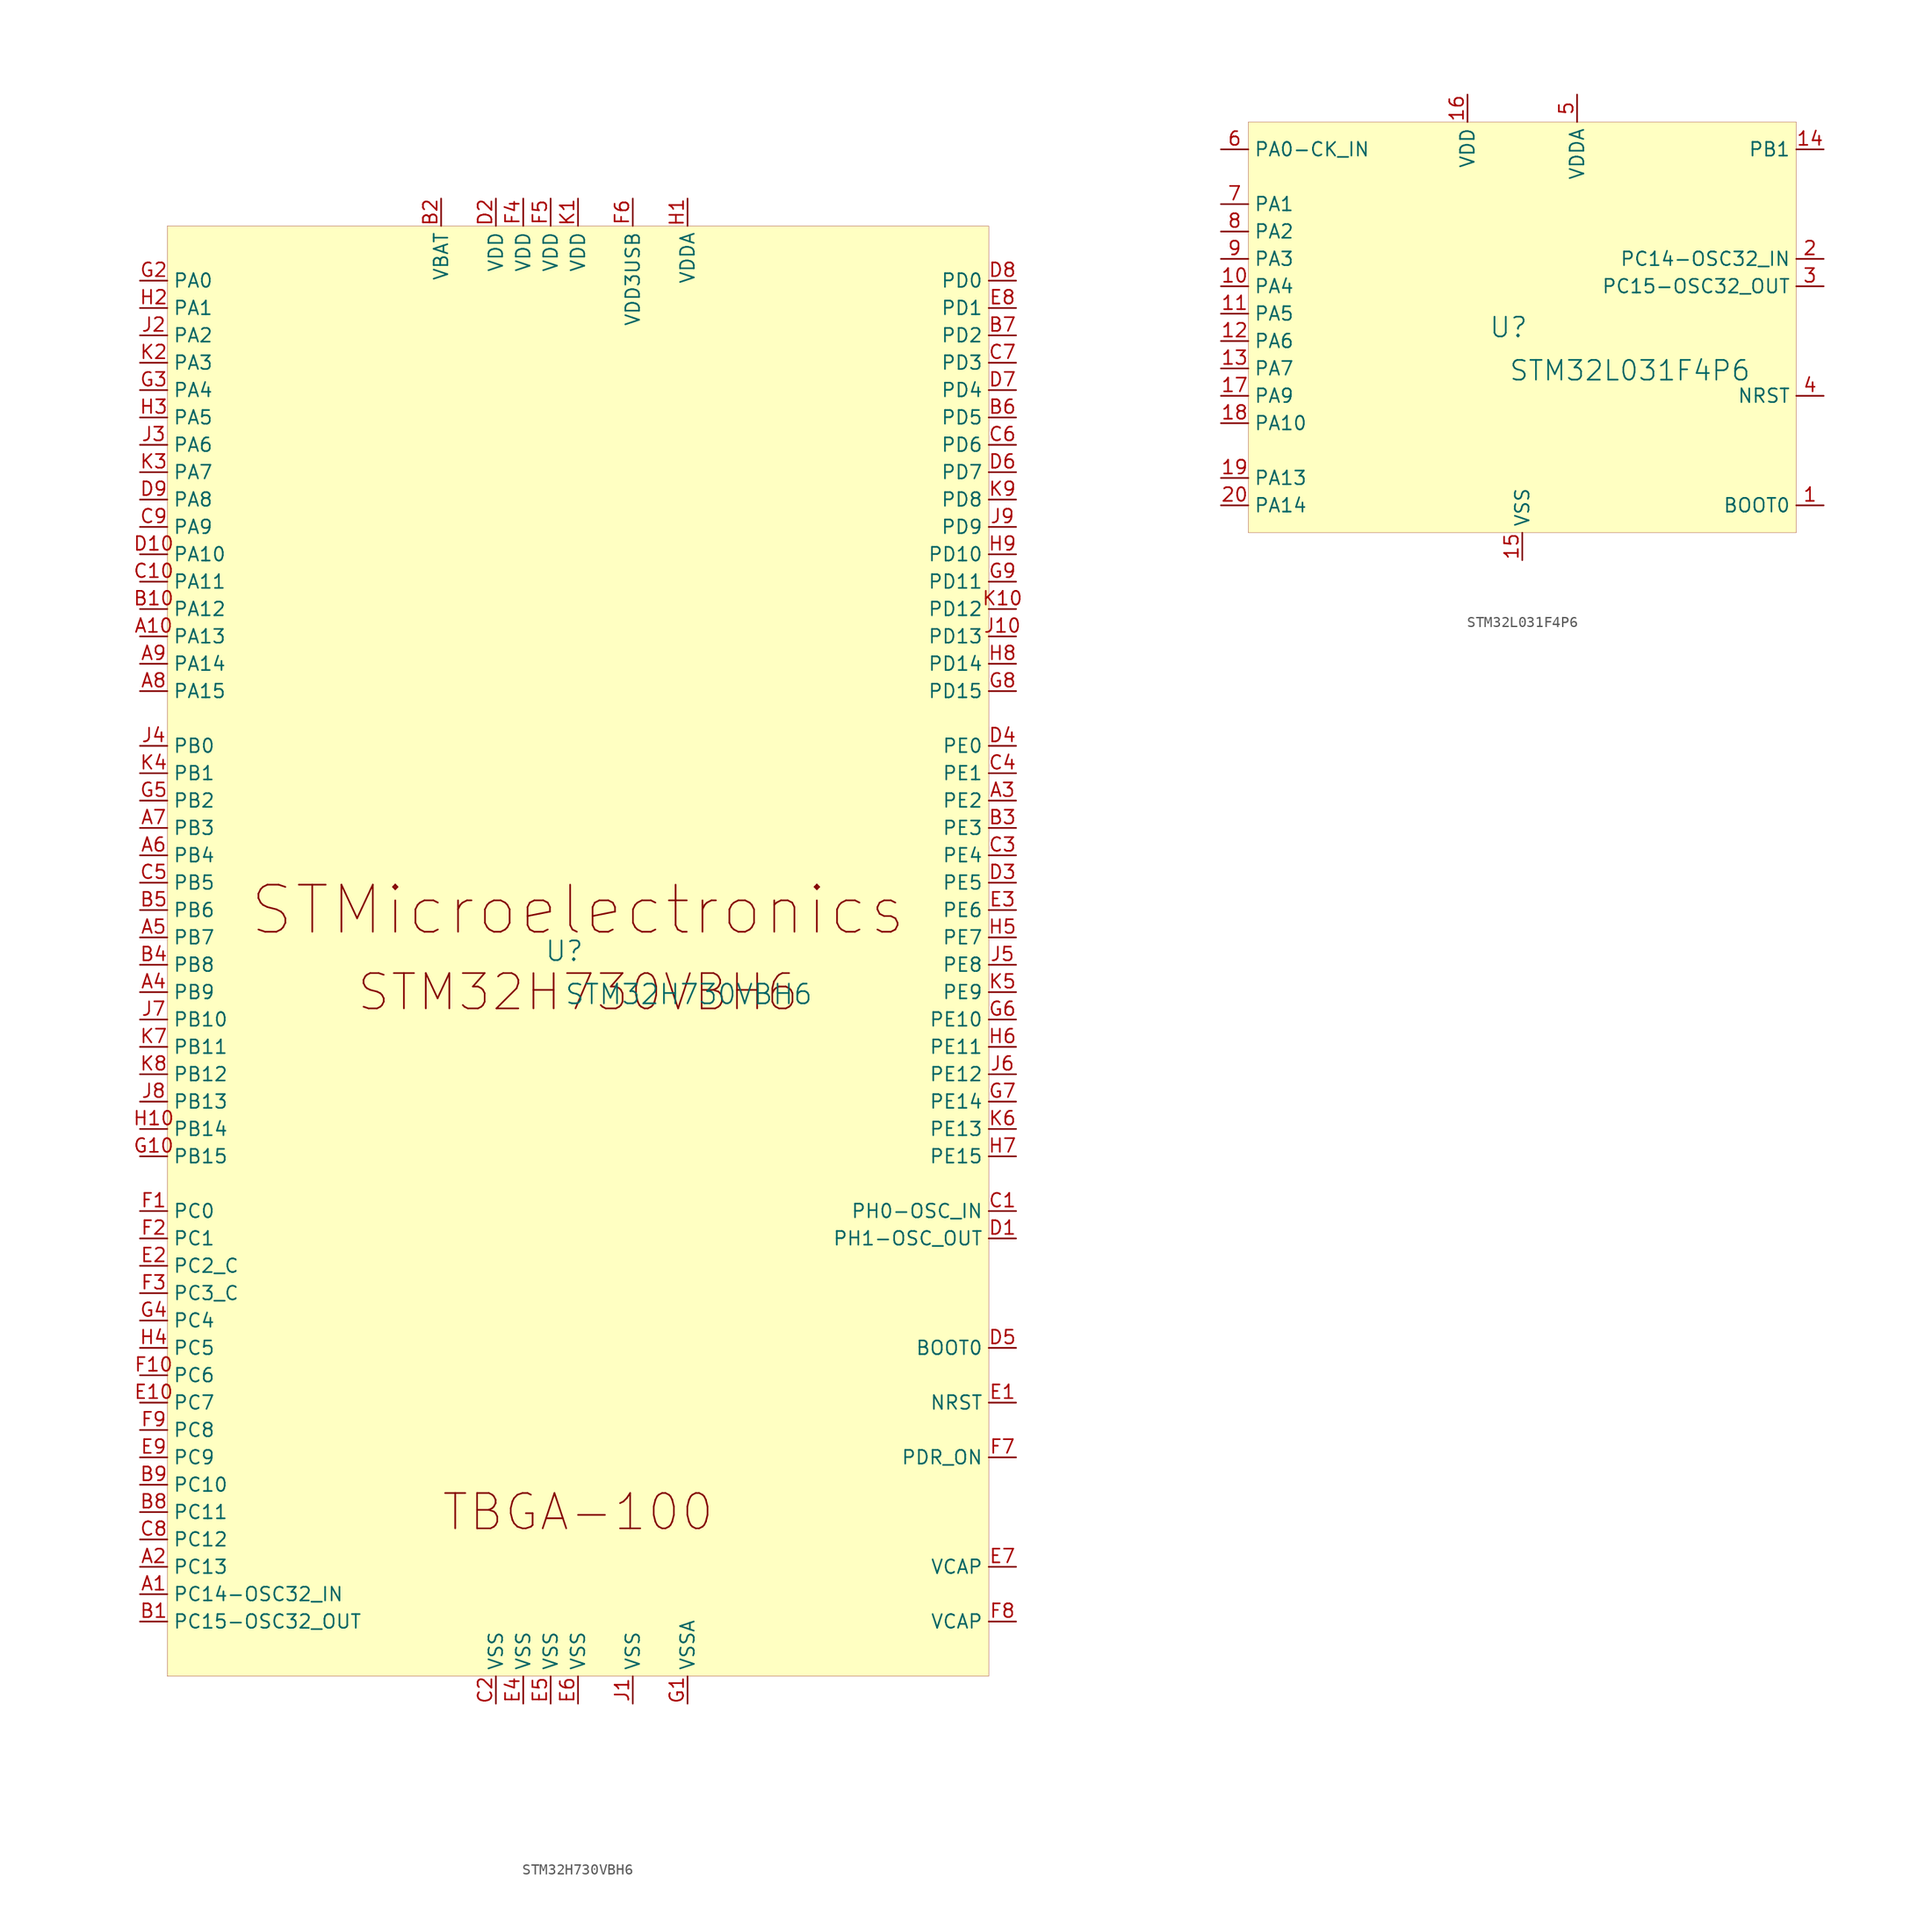
<source format=kicad_sym>
(kicad_symbol_lib
  (version 20231120)
  (generator "kicad_symbol_editor")
  (generator_version "8.0")
  (symbol "STM32H730VBH6"
    (property "Reference" "U"
      (at -1.27 1.27 0)
      (effects (font (size 1.829 1.829))))
    (property "Value" "STM32H730VBH6"
      (at -1.27 -3.81 0)
      (effects (font (size 1.829 1.829)) (justify left bottom)))
    (symbol "STM32H730VBH6_1_0"
      (rectangle (start 38.1 68.58) (end -38.1 -66.04) (stroke (width 0.025) (type solid) (color 128 0 0 1)) (fill (type background)))
      (text "STM32H730VBH6" (at 0 -2.54 0) (effects (font (size 3.277 3.277))))
      (text "STMicroelectronics" (at 0 5.08 0) (effects (font (size 4.369 4.369))))
      (text "TBGA-100" (at 0 -50.8 0) (effects (font (size 3.277 3.277))))
      (pin bidirectional line (at -40.64 -58.42 0) (length 2.54) (name "PC14-OSC32_IN" (effects (font (size 1.27 1.27)))) (number "A1" (effects (font (size 1.27 1.27)))))
      (pin bidirectional line (at -40.64 30.48 0) (length 2.54) (name "PA13" (effects (font (size 1.27 1.27)))) (number "A10" (effects (font (size 1.27 1.27)))))
      (pin bidirectional line (at -40.64 -55.88 0) (length 2.54) (name "PC13" (effects (font (size 1.27 1.27)))) (number "A2" (effects (font (size 1.27 1.27)))))
      (pin bidirectional line (at 40.64 15.24 180) (length 2.54) (name "PE2" (effects (font (size 1.27 1.27)))) (number "A3" (effects (font (size 1.27 1.27)))))
      (pin bidirectional line (at -40.64 -2.54 0) (length 2.54) (name "PB9" (effects (font (size 1.27 1.27)))) (number "A4" (effects (font (size 1.27 1.27)))))
      (pin bidirectional line (at -40.64 2.54 0) (length 2.54) (name "PB7" (effects (font (size 1.27 1.27)))) (number "A5" (effects (font (size 1.27 1.27)))))
      (pin bidirectional line (at -40.64 10.16 0) (length 2.54) (name "PB4" (effects (font (size 1.27 1.27)))) (number "A6" (effects (font (size 1.27 1.27)))))
      (pin bidirectional line (at -40.64 12.7 0) (length 2.54) (name "PB3" (effects (font (size 1.27 1.27)))) (number "A7" (effects (font (size 1.27 1.27)))))
      (pin bidirectional line (at -40.64 25.4 0) (length 2.54) (name "PA15" (effects (font (size 1.27 1.27)))) (number "A8" (effects (font (size 1.27 1.27)))))
      (pin bidirectional line (at -40.64 27.94 0) (length 2.54) (name "PA14" (effects (font (size 1.27 1.27)))) (number "A9" (effects (font (size 1.27 1.27)))))
      (pin bidirectional line (at -40.64 -60.96 0) (length 2.54) (name "PC15-OSC32_OUT" (effects (font (size 1.27 1.27)))) (number "B1" (effects (font (size 1.27 1.27)))))
      (pin bidirectional line (at -40.64 33.02 0) (length 2.54) (name "PA12" (effects (font (size 1.27 1.27)))) (number "B10" (effects (font (size 1.27 1.27)))))
      (pin power_in line (at -12.7 71.12 270) (length 2.54) (name "VBAT" (effects (font (size 1.27 1.27)))) (number "B2" (effects (font (size 1.27 1.27)))))
      (pin bidirectional line (at 40.64 12.7 180) (length 2.54) (name "PE3" (effects (font (size 1.27 1.27)))) (number "B3" (effects (font (size 1.27 1.27)))))
      (pin bidirectional line (at -40.64 0 0) (length 2.54) (name "PB8" (effects (font (size 1.27 1.27)))) (number "B4" (effects (font (size 1.27 1.27)))))
      (pin bidirectional line (at -40.64 5.08 0) (length 2.54) (name "PB6" (effects (font (size 1.27 1.27)))) (number "B5" (effects (font (size 1.27 1.27)))))
      (pin bidirectional line (at 40.64 50.8 180) (length 2.54) (name "PD5" (effects (font (size 1.27 1.27)))) (number "B6" (effects (font (size 1.27 1.27)))))
      (pin bidirectional line (at 40.64 58.42 180) (length 2.54) (name "PD2" (effects (font (size 1.27 1.27)))) (number "B7" (effects (font (size 1.27 1.27)))))
      (pin bidirectional line (at -40.64 -50.8 0) (length 2.54) (name "PC11" (effects (font (size 1.27 1.27)))) (number "B8" (effects (font (size 1.27 1.27)))))
      (pin bidirectional line (at -40.64 -48.26 0) (length 2.54) (name "PC10" (effects (font (size 1.27 1.27)))) (number "B9" (effects (font (size 1.27 1.27)))))
      (pin bidirectional line (at 40.64 -22.86 180) (length 2.54) (name "PH0-OSC_IN" (effects (font (size 1.27 1.27)))) (number "C1" (effects (font (size 1.27 1.27)))))
      (pin bidirectional line (at -40.64 35.56 0) (length 2.54) (name "PA11" (effects (font (size 1.27 1.27)))) (number "C10" (effects (font (size 1.27 1.27)))))
      (pin power_in line (at -7.62 -68.58 90) (length 2.54) (name "VSS" (effects (font (size 1.27 1.27)))) (number "C2" (effects (font (size 1.27 1.27)))))
      (pin bidirectional line (at 40.64 10.16 180) (length 2.54) (name "PE4" (effects (font (size 1.27 1.27)))) (number "C3" (effects (font (size 1.27 1.27)))))
      (pin bidirectional line (at 40.64 17.78 180) (length 2.54) (name "PE1" (effects (font (size 1.27 1.27)))) (number "C4" (effects (font (size 1.27 1.27)))))
      (pin bidirectional line (at -40.64 7.62 0) (length 2.54) (name "PB5" (effects (font (size 1.27 1.27)))) (number "C5" (effects (font (size 1.27 1.27)))))
      (pin bidirectional line (at 40.64 48.26 180) (length 2.54) (name "PD6" (effects (font (size 1.27 1.27)))) (number "C6" (effects (font (size 1.27 1.27)))))
      (pin bidirectional line (at 40.64 55.88 180) (length 2.54) (name "PD3" (effects (font (size 1.27 1.27)))) (number "C7" (effects (font (size 1.27 1.27)))))
      (pin bidirectional line (at -40.64 -53.34 0) (length 2.54) (name "PC12" (effects (font (size 1.27 1.27)))) (number "C8" (effects (font (size 1.27 1.27)))))
      (pin bidirectional line (at -40.64 40.64 0) (length 2.54) (name "PA9" (effects (font (size 1.27 1.27)))) (number "C9" (effects (font (size 1.27 1.27)))))
      (pin bidirectional line (at 40.64 -25.4 180) (length 2.54) (name "PH1-OSC_OUT" (effects (font (size 1.27 1.27)))) (number "D1" (effects (font (size 1.27 1.27)))))
      (pin bidirectional line (at -40.64 38.1 0) (length 2.54) (name "PA10" (effects (font (size 1.27 1.27)))) (number "D10" (effects (font (size 1.27 1.27)))))
      (pin power_in line (at -7.62 71.12 270) (length 2.54) (name "VDD" (effects (font (size 1.27 1.27)))) (number "D2" (effects (font (size 1.27 1.27)))))
      (pin bidirectional line (at 40.64 7.62 180) (length 2.54) (name "PE5" (effects (font (size 1.27 1.27)))) (number "D3" (effects (font (size 1.27 1.27)))))
      (pin bidirectional line (at 40.64 20.32 180) (length 2.54) (name "PE0" (effects (font (size 1.27 1.27)))) (number "D4" (effects (font (size 1.27 1.27)))))
      (pin input line (at 40.64 -35.56 180) (length 2.54) (name "BOOT0" (effects (font (size 1.27 1.27)))) (number "D5" (effects (font (size 1.27 1.27)))))
      (pin bidirectional line (at 40.64 45.72 180) (length 2.54) (name "PD7" (effects (font (size 1.27 1.27)))) (number "D6" (effects (font (size 1.27 1.27)))))
      (pin bidirectional line (at 40.64 53.34 180) (length 2.54) (name "PD4" (effects (font (size 1.27 1.27)))) (number "D7" (effects (font (size 1.27 1.27)))))
      (pin bidirectional line (at 40.64 63.5 180) (length 2.54) (name "PD0" (effects (font (size 1.27 1.27)))) (number "D8" (effects (font (size 1.27 1.27)))))
      (pin bidirectional line (at -40.64 43.18 0) (length 2.54) (name "PA8" (effects (font (size 1.27 1.27)))) (number "D9" (effects (font (size 1.27 1.27)))))
      (pin input line (at 40.64 -40.64 180) (length 2.54) (name "NRST" (effects (font (size 1.27 1.27)))) (number "E1" (effects (font (size 1.27 1.27)))))
      (pin bidirectional line (at -40.64 -40.64 0) (length 2.54) (name "PC7" (effects (font (size 1.27 1.27)))) (number "E10" (effects (font (size 1.27 1.27)))))
      (pin bidirectional line (at -40.64 -27.94 0) (length 2.54) (name "PC2_C" (effects (font (size 1.27 1.27)))) (number "E2" (effects (font (size 1.27 1.27)))))
      (pin bidirectional line (at 40.64 5.08 180) (length 2.54) (name "PE6" (effects (font (size 1.27 1.27)))) (number "E3" (effects (font (size 1.27 1.27)))))
      (pin power_in line (at -5.08 -68.58 90) (length 2.54) (name "VSS" (effects (font (size 1.27 1.27)))) (number "E4" (effects (font (size 1.27 1.27)))))
      (pin power_in line (at -2.54 -68.58 90) (length 2.54) (name "VSS" (effects (font (size 1.27 1.27)))) (number "E5" (effects (font (size 1.27 1.27)))))
      (pin power_in line (at 0 -68.58 90) (length 2.54) (name "VSS" (effects (font (size 1.27 1.27)))) (number "E6" (effects (font (size 1.27 1.27)))))
      (pin power_in line (at 40.64 -55.88 180) (length 2.54) (name "VCAP" (effects (font (size 1.27 1.27)))) (number "E7" (effects (font (size 1.27 1.27)))))
      (pin bidirectional line (at 40.64 60.96 180) (length 2.54) (name "PD1" (effects (font (size 1.27 1.27)))) (number "E8" (effects (font (size 1.27 1.27)))))
      (pin bidirectional line (at -40.64 -45.72 0) (length 2.54) (name "PC9" (effects (font (size 1.27 1.27)))) (number "E9" (effects (font (size 1.27 1.27)))))
      (pin bidirectional line (at -40.64 -22.86 0) (length 2.54) (name "PC0" (effects (font (size 1.27 1.27)))) (number "F1" (effects (font (size 1.27 1.27)))))
      (pin bidirectional line (at -40.64 -38.1 0) (length 2.54) (name "PC6" (effects (font (size 1.27 1.27)))) (number "F10" (effects (font (size 1.27 1.27)))))
      (pin bidirectional line (at -40.64 -25.4 0) (length 2.54) (name "PC1" (effects (font (size 1.27 1.27)))) (number "F2" (effects (font (size 1.27 1.27)))))
      (pin bidirectional line (at -40.64 -30.48 0) (length 2.54) (name "PC3_C" (effects (font (size 1.27 1.27)))) (number "F3" (effects (font (size 1.27 1.27)))))
      (pin power_in line (at -5.08 71.12 270) (length 2.54) (name "VDD" (effects (font (size 1.27 1.27)))) (number "F4" (effects (font (size 1.27 1.27)))))
      (pin power_in line (at -2.54 71.12 270) (length 2.54) (name "VDD" (effects (font (size 1.27 1.27)))) (number "F5" (effects (font (size 1.27 1.27)))))
      (pin power_in line (at 5.08 71.12 270) (length 2.54) (name "VDD3USB" (effects (font (size 1.27 1.27)))) (number "F6" (effects (font (size 1.27 1.27)))))
      (pin input line (at 40.64 -45.72 180) (length 2.54) (name "PDR_ON" (effects (font (size 1.27 1.27)))) (number "F7" (effects (font (size 1.27 1.27)))))
      (pin power_in line (at 40.64 -60.96 180) (length 2.54) (name "VCAP" (effects (font (size 1.27 1.27)))) (number "F8" (effects (font (size 1.27 1.27)))))
      (pin bidirectional line (at -40.64 -43.18 0) (length 2.54) (name "PC8" (effects (font (size 1.27 1.27)))) (number "F9" (effects (font (size 1.27 1.27)))))
      (pin power_in line (at 10.16 -68.58 90) (length 2.54) (name "VSSA" (effects (font (size 1.27 1.27)))) (number "G1" (effects (font (size 1.27 1.27)))))
      (pin bidirectional line (at -40.64 -17.78 0) (length 2.54) (name "PB15" (effects (font (size 1.27 1.27)))) (number "G10" (effects (font (size 1.27 1.27)))))
      (pin bidirectional line (at -40.64 63.5 0) (length 2.54) (name "PA0" (effects (font (size 1.27 1.27)))) (number "G2" (effects (font (size 1.27 1.27)))))
      (pin bidirectional line (at -40.64 53.34 0) (length 2.54) (name "PA4" (effects (font (size 1.27 1.27)))) (number "G3" (effects (font (size 1.27 1.27)))))
      (pin bidirectional line (at -40.64 -33.02 0) (length 2.54) (name "PC4" (effects (font (size 1.27 1.27)))) (number "G4" (effects (font (size 1.27 1.27)))))
      (pin bidirectional line (at -40.64 15.24 0) (length 2.54) (name "PB2" (effects (font (size 1.27 1.27)))) (number "G5" (effects (font (size 1.27 1.27)))))
      (pin bidirectional line (at 40.64 -5.08 180) (length 2.54) (name "PE10" (effects (font (size 1.27 1.27)))) (number "G6" (effects (font (size 1.27 1.27)))))
      (pin bidirectional line (at 40.64 -12.7 180) (length 2.54) (name "PE14" (effects (font (size 1.27 1.27)))) (number "G7" (effects (font (size 1.27 1.27)))))
      (pin bidirectional line (at 40.64 25.4 180) (length 2.54) (name "PD15" (effects (font (size 1.27 1.27)))) (number "G8" (effects (font (size 1.27 1.27)))))
      (pin bidirectional line (at 40.64 35.56 180) (length 2.54) (name "PD11" (effects (font (size 1.27 1.27)))) (number "G9" (effects (font (size 1.27 1.27)))))
      (pin power_in line (at 10.16 71.12 270) (length 2.54) (name "VDDA" (effects (font (size 1.27 1.27)))) (number "H1" (effects (font (size 1.27 1.27)))))
      (pin bidirectional line (at -40.64 -15.24 0) (length 2.54) (name "PB14" (effects (font (size 1.27 1.27)))) (number "H10" (effects (font (size 1.27 1.27)))))
      (pin bidirectional line (at -40.64 60.96 0) (length 2.54) (name "PA1" (effects (font (size 1.27 1.27)))) (number "H2" (effects (font (size 1.27 1.27)))))
      (pin bidirectional line (at -40.64 50.8 0) (length 2.54) (name "PA5" (effects (font (size 1.27 1.27)))) (number "H3" (effects (font (size 1.27 1.27)))))
      (pin bidirectional line (at -40.64 -35.56 0) (length 2.54) (name "PC5" (effects (font (size 1.27 1.27)))) (number "H4" (effects (font (size 1.27 1.27)))))
      (pin bidirectional line (at 40.64 2.54 180) (length 2.54) (name "PE7" (effects (font (size 1.27 1.27)))) (number "H5" (effects (font (size 1.27 1.27)))))
      (pin bidirectional line (at 40.64 -7.62 180) (length 2.54) (name "PE11" (effects (font (size 1.27 1.27)))) (number "H6" (effects (font (size 1.27 1.27)))))
      (pin bidirectional line (at 40.64 -17.78 180) (length 2.54) (name "PE15" (effects (font (size 1.27 1.27)))) (number "H7" (effects (font (size 1.27 1.27)))))
      (pin bidirectional line (at 40.64 27.94 180) (length 2.54) (name "PD14" (effects (font (size 1.27 1.27)))) (number "H8" (effects (font (size 1.27 1.27)))))
      (pin bidirectional line (at 40.64 38.1 180) (length 2.54) (name "PD10" (effects (font (size 1.27 1.27)))) (number "H9" (effects (font (size 1.27 1.27)))))
      (pin power_in line (at 5.08 -68.58 90) (length 2.54) (name "VSS" (effects (font (size 1.27 1.27)))) (number "J1" (effects (font (size 1.27 1.27)))))
      (pin bidirectional line (at 40.64 30.48 180) (length 2.54) (name "PD13" (effects (font (size 1.27 1.27)))) (number "J10" (effects (font (size 1.27 1.27)))))
      (pin bidirectional line (at -40.64 58.42 0) (length 2.54) (name "PA2" (effects (font (size 1.27 1.27)))) (number "J2" (effects (font (size 1.27 1.27)))))
      (pin bidirectional line (at -40.64 48.26 0) (length 2.54) (name "PA6" (effects (font (size 1.27 1.27)))) (number "J3" (effects (font (size 1.27 1.27)))))
      (pin bidirectional line (at -40.64 20.32 0) (length 2.54) (name "PB0" (effects (font (size 1.27 1.27)))) (number "J4" (effects (font (size 1.27 1.27)))))
      (pin bidirectional line (at 40.64 0 180) (length 2.54) (name "PE8" (effects (font (size 1.27 1.27)))) (number "J5" (effects (font (size 1.27 1.27)))))
      (pin bidirectional line (at 40.64 -10.16 180) (length 2.54) (name "PE12" (effects (font (size 1.27 1.27)))) (number "J6" (effects (font (size 1.27 1.27)))))
      (pin bidirectional line (at -40.64 -5.08 0) (length 2.54) (name "PB10" (effects (font (size 1.27 1.27)))) (number "J7" (effects (font (size 1.27 1.27)))))
      (pin bidirectional line (at -40.64 -12.7 0) (length 2.54) (name "PB13" (effects (font (size 1.27 1.27)))) (number "J8" (effects (font (size 1.27 1.27)))))
      (pin bidirectional line (at 40.64 40.64 180) (length 2.54) (name "PD9" (effects (font (size 1.27 1.27)))) (number "J9" (effects (font (size 1.27 1.27)))))
      (pin power_in line (at 0 71.12 270) (length 2.54) (name "VDD" (effects (font (size 1.27 1.27)))) (number "K1" (effects (font (size 1.27 1.27)))))
      (pin bidirectional line (at 40.64 33.02 180) (length 2.54) (name "PD12" (effects (font (size 1.27 1.27)))) (number "K10" (effects (font (size 1.27 1.27)))))
      (pin bidirectional line (at -40.64 55.88 0) (length 2.54) (name "PA3" (effects (font (size 1.27 1.27)))) (number "K2" (effects (font (size 1.27 1.27)))))
      (pin bidirectional line (at -40.64 45.72 0) (length 2.54) (name "PA7" (effects (font (size 1.27 1.27)))) (number "K3" (effects (font (size 1.27 1.27)))))
      (pin bidirectional line (at -40.64 17.78 0) (length 2.54) (name "PB1" (effects (font (size 1.27 1.27)))) (number "K4" (effects (font (size 1.27 1.27)))))
      (pin bidirectional line (at 40.64 -2.54 180) (length 2.54) (name "PE9" (effects (font (size 1.27 1.27)))) (number "K5" (effects (font (size 1.27 1.27)))))
      (pin bidirectional line (at 40.64 -15.24 180) (length 2.54) (name "PE13" (effects (font (size 1.27 1.27)))) (number "K6" (effects (font (size 1.27 1.27)))))
      (pin bidirectional line (at -40.64 -7.62 0) (length 2.54) (name "PB11" (effects (font (size 1.27 1.27)))) (number "K7" (effects (font (size 1.27 1.27)))))
      (pin bidirectional line (at -40.64 -10.16 0) (length 2.54) (name "PB12" (effects (font (size 1.27 1.27)))) (number "K8" (effects (font (size 1.27 1.27)))))
      (pin bidirectional line (at 40.64 43.18 180) (length 2.54) (name "PD8" (effects (font (size 1.27 1.27)))) (number "K9" (effects (font (size 1.27 1.27)))))))
  (symbol "STM32L031F4P6"
    (property "Reference" "U"
      (at -1.27 1.27 0)
      (effects (font (size 1.829 1.829))))
    (property "Value" "STM32L031F4P6"
      (at -1.27 -3.81 0)
      (effects (font (size 1.829 1.829)) (justify left bottom)))
    (symbol "STM32L031F4P6_1_0"
      (rectangle (start 25.4 20.32) (end -25.4 -17.78) (stroke (width 0.025) (type solid) (color 128 0 0 1)) (fill (type background)))
      (pin input line (at 27.94 -15.24 180) (length 2.54) (name "BOOT0" (effects (font (size 1.27 1.27)))) (number "1" (effects (font (size 1.27 1.27)))))
      (pin passive line (at -27.94 5.08 0) (length 2.54) (name "PA4" (effects (font (size 1.27 1.27)))) (number "10" (effects (font (size 1.27 1.27)))))
      (pin passive line (at -27.94 2.54 0) (length 2.54) (name "PA5" (effects (font (size 1.27 1.27)))) (number "11" (effects (font (size 1.27 1.27)))))
      (pin passive line (at -27.94 0 0) (length 2.54) (name "PA6" (effects (font (size 1.27 1.27)))) (number "12" (effects (font (size 1.27 1.27)))))
      (pin passive line (at -27.94 -2.54 0) (length 2.54) (name "PA7" (effects (font (size 1.27 1.27)))) (number "13" (effects (font (size 1.27 1.27)))))
      (pin passive line (at 27.94 17.78 180) (length 2.54) (name "PB1" (effects (font (size 1.27 1.27)))) (number "14" (effects (font (size 1.27 1.27)))))
      (pin power_in line (at 0 -20.32 90) (length 2.54) (name "VSS" (effects (font (size 1.27 1.27)))) (number "15" (effects (font (size 1.27 1.27)))))
      (pin power_in line (at -5.08 22.86 270) (length 2.54) (name "VDD" (effects (font (size 1.27 1.27)))) (number "16" (effects (font (size 1.27 1.27)))))
      (pin passive line (at -27.94 -5.08 0) (length 2.54) (name "PA9" (effects (font (size 1.27 1.27)))) (number "17" (effects (font (size 1.27 1.27)))))
      (pin passive line (at -27.94 -7.62 0) (length 2.54) (name "PA10" (effects (font (size 1.27 1.27)))) (number "18" (effects (font (size 1.27 1.27)))))
      (pin passive line (at -27.94 -12.7 0) (length 2.54) (name "PA13" (effects (font (size 1.27 1.27)))) (number "19" (effects (font (size 1.27 1.27)))))
      (pin passive line (at 27.94 7.62 180) (length 2.54) (name "PC14-OSC32_IN" (effects (font (size 1.27 1.27)))) (number "2" (effects (font (size 1.27 1.27)))))
      (pin passive line (at -27.94 -15.24 0) (length 2.54) (name "PA14" (effects (font (size 1.27 1.27)))) (number "20" (effects (font (size 1.27 1.27)))))
      (pin passive line (at 27.94 5.08 180) (length 2.54) (name "PC15-OSC32_OUT" (effects (font (size 1.27 1.27)))) (number "3" (effects (font (size 1.27 1.27)))))
      (pin input line (at 27.94 -5.08 180) (length 2.54) (name "NRST" (effects (font (size 1.27 1.27)))) (number "4" (effects (font (size 1.27 1.27)))))
      (pin power_in line (at 5.08 22.86 270) (length 2.54) (name "VDDA" (effects (font (size 1.27 1.27)))) (number "5" (effects (font (size 1.27 1.27)))))
      (pin passive line (at -27.94 17.78 0) (length 2.54) (name "PA0-CK_IN" (effects (font (size 1.27 1.27)))) (number "6" (effects (font (size 1.27 1.27)))))
      (pin passive line (at -27.94 12.7 0) (length 2.54) (name "PA1" (effects (font (size 1.27 1.27)))) (number "7" (effects (font (size 1.27 1.27)))))
      (pin passive line (at -27.94 10.16 0) (length 2.54) (name "PA2" (effects (font (size 1.27 1.27)))) (number "8" (effects (font (size 1.27 1.27)))))
      (pin passive line (at -27.94 7.62 0) (length 2.54) (name "PA3" (effects (font (size 1.27 1.27)))) (number "9" (effects (font (size 1.27 1.27))))))))
</source>
